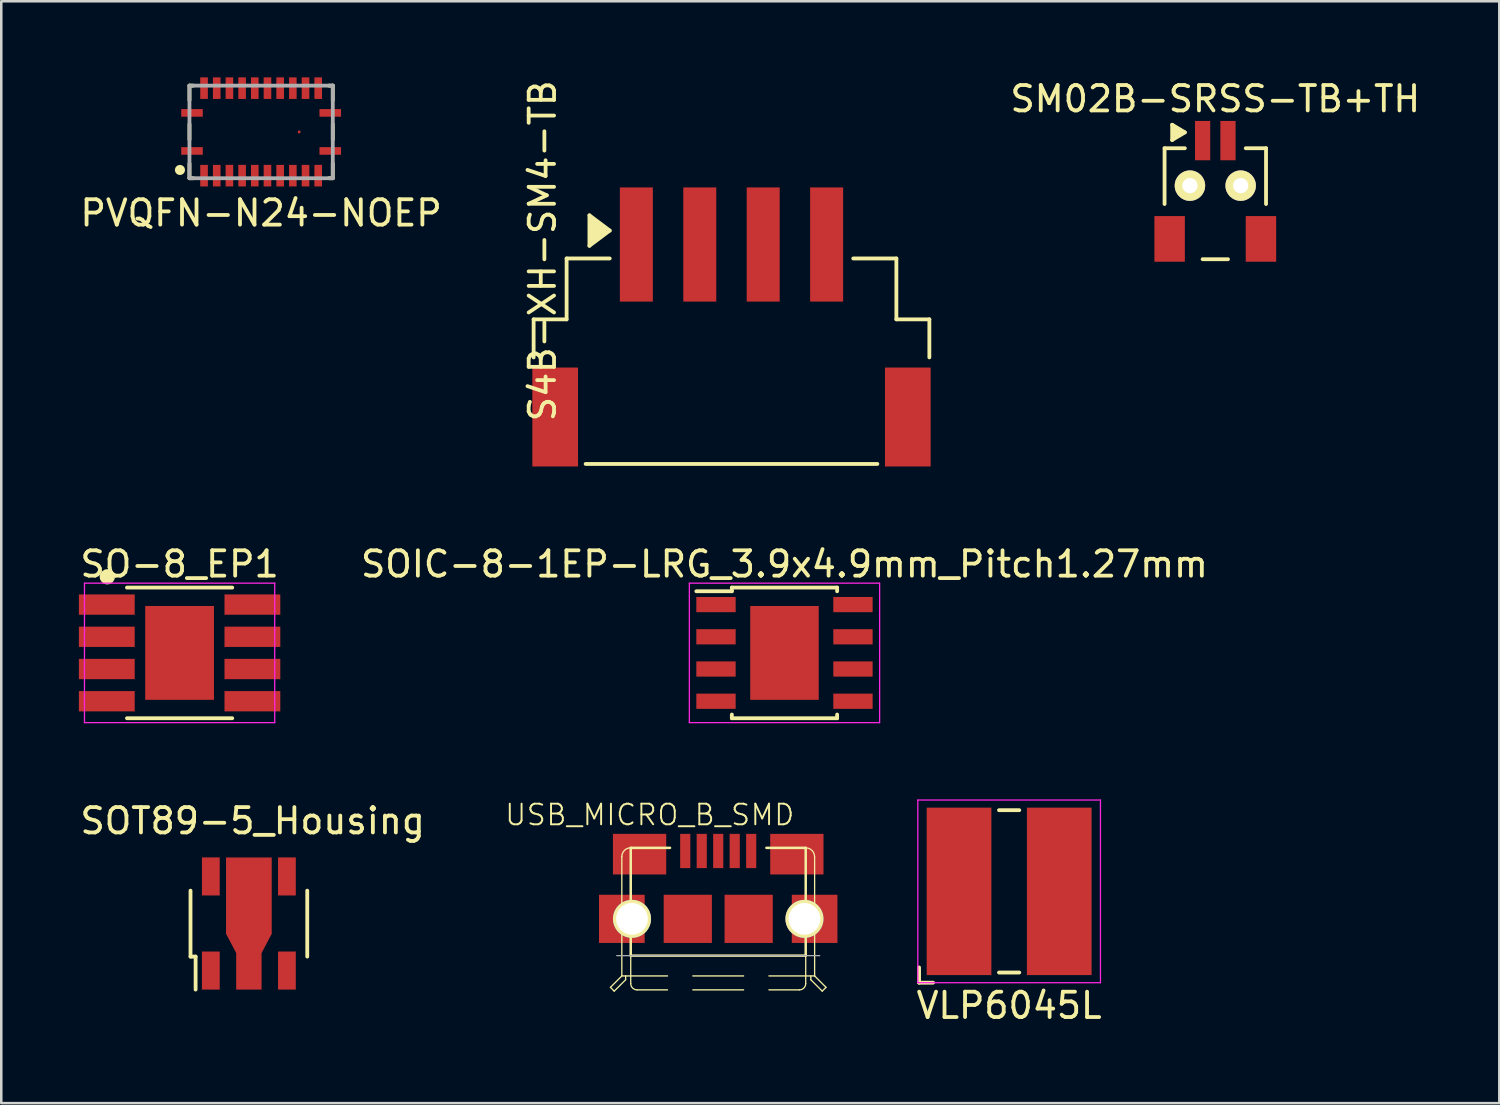
<source format=kicad_pcb>
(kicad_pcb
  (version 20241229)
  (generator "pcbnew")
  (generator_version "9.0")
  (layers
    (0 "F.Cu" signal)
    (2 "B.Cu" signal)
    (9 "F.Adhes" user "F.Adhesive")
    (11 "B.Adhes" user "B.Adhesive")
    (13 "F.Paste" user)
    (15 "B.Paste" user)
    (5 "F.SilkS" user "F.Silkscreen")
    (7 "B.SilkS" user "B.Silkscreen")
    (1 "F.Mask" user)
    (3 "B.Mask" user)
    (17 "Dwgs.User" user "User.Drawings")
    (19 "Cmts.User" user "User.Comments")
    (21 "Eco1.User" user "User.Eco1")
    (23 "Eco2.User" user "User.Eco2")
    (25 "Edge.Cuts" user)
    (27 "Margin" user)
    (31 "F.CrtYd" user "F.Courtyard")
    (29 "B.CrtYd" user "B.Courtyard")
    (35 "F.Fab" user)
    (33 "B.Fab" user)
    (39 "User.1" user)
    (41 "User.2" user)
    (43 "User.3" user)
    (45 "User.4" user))
  (footprint "S4B-XH-SM4-TB"
    (layer "F.Cu")
    (at 25.786 8.839)
    (property "Reference" "S4B-XH-SM4-TB" (at -7.45 -2 90) (layer "F.SilkS") (effects (font (size 1 1) (thickness 0.15))))
    (attr smd)
    (fp_line (start -7.8 0.7) (end -6.5 0.7) (stroke (width 0.15) (type solid)) (layer "F.SilkS"))
    (fp_line (start -7.8 2.2) (end -7.8 0.7) (stroke (width 0.15) (type solid)) (layer "F.SilkS"))
    (fp_line (start -6.5 -1.7) (end -4.8 -1.7) (stroke (width 0.15) (type solid)) (layer "F.SilkS"))
    (fp_line (start -6.5 0.7) (end -6.5 -1.7) (stroke (width 0.15) (type solid)) (layer "F.SilkS"))
    (fp_line (start -5.75 6.4) (end 5.75 6.4) (stroke (width 0.15) (type solid)) (layer "F.SilkS"))
    (fp_line (start -5.6 -3.4) (end -4.8 -2.8) (stroke (width 0.15) (type solid)) (layer "F.SilkS"))
    (fp_line (start -5.6 -2.2) (end -5.6 -3.4) (stroke (width 0.15) (type solid)) (layer "F.SilkS"))
    (fp_line (start -5.5 -3.2) (end -5.5 -2.4) (stroke (width 0.15) (type solid)) (layer "F.SilkS"))
    (fp_line (start -5.4 -3.2) (end -5.4 -2.4) (stroke (width 0.15) (type solid)) (layer "F.SilkS"))
    (fp_line (start -5.3 -3.1) (end -5.3 -2.5) (stroke (width 0.15) (type solid)) (layer "F.SilkS"))
    (fp_line (start -5.2 -3) (end -5.2 -2.6) (stroke (width 0.15) (type solid)) (layer "F.SilkS"))
    (fp_line (start -5.1 -2.9) (end -5.1 -2.7) (stroke (width 0.15) (type solid)) (layer "F.SilkS"))
    (fp_line (start -5 -2.9) (end -5 -2.7) (stroke (width 0.15) (type solid)) (layer "F.SilkS"))
    (fp_line (start -4.8 -2.8) (end -5.6 -2.2) (stroke (width 0.15) (type solid)) (layer "F.SilkS"))
    (fp_line (start 4.8 -1.7) (end 6.5 -1.7) (stroke (width 0.15) (type solid)) (layer "F.SilkS"))
    (fp_line (start 6.5 0.7) (end 6.5 -1.7) (stroke (width 0.15) (type solid)) (layer "F.SilkS"))
    (fp_line (start 6.5 0.7) (end 7.8 0.7) (stroke (width 0.15) (type solid)) (layer "F.SilkS"))
    (fp_line (start 7.8 2.2) (end 7.8 0.7) (stroke (width 0.15) (type solid)) (layer "F.SilkS"))
    (pad "" smd rect (at -6.95 4.55) (size 1.8 3.9) (layers "F.Cu" "F.Mask" "F.Paste"))
    (pad "" smd rect (at 6.95 4.55) (size 1.8 3.9) (layers "F.Cu" "F.Mask" "F.Paste"))
    (pad "1" smd rect (at -3.75 -2.25) (size 1.3 4.5) (layers "F.Cu" "F.Mask" "F.Paste"))
    (pad "2" smd rect (at -1.25 -2.25) (size 1.3 4.5) (layers "F.Cu" "F.Mask" "F.Paste"))
    (pad "3" smd rect (at 1.25 -2.25) (size 1.3 4.5) (layers "F.Cu" "F.Mask" "F.Paste"))
    (pad "4" smd rect (at 3.75 -2.25) (size 1.3 4.5) (layers "F.Cu" "F.Mask" "F.Paste")))
  (footprint "SM02B-SRSS-TB+TH"
    (layer "F.Cu")
    (at 44.858 3.268)
    (property "Reference" "SM02B-SRSS-TB+TH" (at 0 -2.42 180) (layer "F.SilkS") (effects (font (size 1 1) (thickness 0.15))))
    (attr smd)
    (fp_line (start -2 -0.475) (end -1.2 -0.475) (stroke (width 0.15) (type solid)) (layer "F.SilkS"))
    (fp_line (start -2 1.725) (end -2 -0.475) (stroke (width 0.15) (type solid)) (layer "F.SilkS"))
    (fp_line (start -1.7 -1.4) (end -1.7 -0.8) (stroke (width 0.15) (type solid)) (layer "F.SilkS"))
    (fp_line (start -1.7 -1.4) (end -1.2 -1.1) (stroke (width 0.15) (type solid)) (layer "F.SilkS"))
    (fp_line (start -1.6 -1.3) (end -1.6 -1) (stroke (width 0.15) (type solid)) (layer "F.SilkS"))
    (fp_line (start -1.5 -1.2) (end -1.5 -1) (stroke (width 0.15) (type solid)) (layer "F.SilkS"))
    (fp_line (start -1.4 -1.2) (end -1.4 -1) (stroke (width 0.15) (type solid)) (layer "F.SilkS"))
    (fp_line (start -1.2 -1.1) (end -1.7 -0.8) (stroke (width 0.15) (type solid)) (layer "F.SilkS"))
    (fp_line (start -0.5 3.9) (end 0.5 3.9) (stroke (width 0.15) (type solid)) (layer "F.SilkS"))
    (fp_line (start 1.2 -0.475) (end 2 -0.475) (stroke (width 0.15) (type solid)) (layer "F.SilkS"))
    (fp_line (start 2 1.725) (end 2 -0.475) (stroke (width 0.15) (type solid)) (layer "F.SilkS"))
    (pad "" smd rect (at -1.8 3.1) (size 1.2 1.8) (layers "F.Cu" "F.Mask" "F.Paste"))
    (pad "" smd rect (at 1.8 3.1) (size 1.2 1.8) (layers "F.Cu" "F.Mask" "F.Paste"))
    (pad "1" thru_hole circle (at -1 1) (size 1.2 1.2) (drill 0.6) (layers "*.Cu" "*.Mask" "F.SilkS"))
    (pad "1" smd rect (at -0.5 -0.775) (size 0.6 1.55) (layers "F.Cu" "F.Mask" "F.Paste"))
    (pad "2" smd rect (at 0.5 -0.775) (size 0.6 1.55) (layers "F.Cu" "F.Mask" "F.Paste"))
    (pad "2" thru_hole circle (at 1 1) (size 1.2 1.2) (drill 0.6) (layers "*.Cu" "*.Mask" "F.SilkS")))
  (footprint "USB_MICRO_B_SMD"
    (layer "F.Cu")
    (at 25.263 33.172)
    (property "Reference" "USB_MICRO_B_SMD" (at -2.7 -4.1 0) (layer "F.SilkS") (effects (font (size 0.813 0.813) (thickness 0.076))))
    (attr through_hole)
    (fp_line (start -4.249 2.7) (end -4.1 2.85) (stroke (width 0.051) (type solid)) (layer "F.SilkS"))
    (fp_line (start -4.1 2.85) (end -3.65 2.4) (stroke (width 0.051) (type solid)) (layer "F.SilkS"))
    (fp_line (start -3.8 -2.451) (end -3.8 2.25) (stroke (width 0.051) (type solid)) (layer "F.SilkS"))
    (fp_line (start -3.8 2.25) (end -4.249 2.7) (stroke (width 0.051) (type solid)) (layer "F.SilkS"))
    (fp_line (start -3.8 2.25) (end -1.999 2.25) (stroke (width 0.051) (type solid)) (layer "F.SilkS"))
    (fp_line (start -3.65 2.4) (end -3.65 2.25) (stroke (width 0.051) (type solid)) (layer "F.SilkS"))
    (fp_line (start -3.449 -2.799) (end -1.9 -2.799) (stroke (width 0.099) (type solid)) (layer "F.SilkS"))
    (fp_line (start -3.449 1.45) (end -3.449 -2.799) (stroke (width 0.099) (type solid)) (layer "F.SilkS"))
    (fp_line (start -3.449 1.45) (end -3.449 2.55) (stroke (width 0.051) (type solid)) (layer "F.SilkS"))
    (fp_line (start -3.449 1.45) (end 3.449 1.45) (stroke (width 0.099) (type solid)) (layer "F.SilkS"))
    (fp_line (start -3.2 2.799) (end -1.999 2.799) (stroke (width 0.051) (type solid)) (layer "F.SilkS"))
    (fp_line (start -1.001 2.25) (end 1.001 2.25) (stroke (width 0.051) (type solid)) (layer "F.SilkS"))
    (fp_line (start -1.001 2.799) (end 1.001 2.799) (stroke (width 0.051) (type solid)) (layer "F.SilkS"))
    (fp_line (start 1.999 2.25) (end 3.8 2.25) (stroke (width 0.051) (type solid)) (layer "F.SilkS"))
    (fp_line (start 1.999 2.799) (end 3.2 2.799) (stroke (width 0.051) (type solid)) (layer "F.SilkS"))
    (fp_line (start 3.449 -2.799) (end 1.9 -2.799) (stroke (width 0.099) (type solid)) (layer "F.SilkS"))
    (fp_line (start 3.449 1.45) (end 3.449 -2.799) (stroke (width 0.099) (type solid)) (layer "F.SilkS"))
    (fp_line (start 3.449 1.45) (end 3.449 2.55) (stroke (width 0.051) (type solid)) (layer "F.SilkS"))
    (fp_line (start 3.65 2.4) (end 3.65 2.25) (stroke (width 0.051) (type solid)) (layer "F.SilkS"))
    (fp_line (start 3.8 -2.451) (end 3.8 2.25) (stroke (width 0.051) (type solid)) (layer "F.SilkS"))
    (fp_line (start 3.8 2.25) (end 4.249 2.7) (stroke (width 0.051) (type solid)) (layer "F.SilkS"))
    (fp_line (start 4.1 2.85) (end 3.65 2.4) (stroke (width 0.051) (type solid)) (layer "F.SilkS"))
    (fp_line (start 4.1 2.85) (end 4.249 2.7) (stroke (width 0.051) (type solid)) (layer "F.SilkS"))
    (fp_arc (start -3.79984 -2.4511) (mid -3.697175 -2.698955) (end -3.44932 -2.80162) (stroke (width 0.0508) (type solid)) (layer "F.SilkS"))
    (fp_arc (start -3.2004 2.79908) (mid -3.376413 2.726173) (end -3.44932 2.55016) (stroke (width 0.0508) (type solid)) (layer "F.SilkS"))
    (fp_arc (start 3.44932 -2.79908) (mid 3.695379 -2.697159) (end 3.7973 -2.4511) (stroke (width 0.0508) (type solid)) (layer "F.SilkS"))
    (fp_arc (start 3.44932 2.55016) (mid 3.376413 2.726173) (end 3.2004 2.79908) (stroke (width 0.0508) (type solid)) (layer "F.SilkS"))
    (fp_line (start -4 1.45) (end 4 1.45) (stroke (width 0.05) (type solid)) (layer "F.Fab"))
    (pad "" thru_hole circle (at -3.4 0) (size 1.5 1.5) (drill 1.25) (layers "*.Cu" "*.Mask" "F.SilkS"))
    (pad "" smd rect (at -1.2 0) (size 1.9 1.9) (layers "F.Cu" "F.Mask" "F.Paste"))
    (pad "" smd rect (at 1.2 0) (size 1.9 1.9) (layers "F.Cu" "F.Mask" "F.Paste"))
    (pad "" thru_hole circle (at 3.4 0) (size 1.5 1.5) (drill 1.25) (layers "*.Cu" "*.Mask" "F.SilkS"))
    (pad "1" smd rect (at -1.3 -2.675) (size 0.4 1.35) (layers "F.Cu" "F.Mask" "F.Paste"))
    (pad "2" smd rect (at -0.65 -2.675) (size 0.4 1.35) (layers "F.Cu" "F.Mask" "F.Paste"))
    (pad "3" smd rect (at 0 -2.675) (size 0.4 1.35) (layers "F.Cu" "F.Mask" "F.Paste"))
    (pad "4" smd rect (at 0.65 -2.675) (size 0.4 1.35) (layers "F.Cu" "F.Mask" "F.Paste"))
    (pad "5" smd rect (at 1.3 -2.675) (size 0.4 1.35) (layers "F.Cu" "F.Mask" "F.Paste"))
    (pad "6" smd rect (at 3.1 -2.55) (size 2.1 1.6) (layers "F.Cu" "F.Mask" "F.Paste"))
    (pad "7" smd rect (at 3.8 0) (size 1.8 1.9) (layers "F.Cu" "F.Mask" "F.Paste"))
    (pad "8" smd rect (at -3.8 0) (size 1.8 1.9) (layers "F.Cu" "F.Mask" "F.Paste"))
    (pad "9" smd rect (at -3.1 -2.55) (size 2.1 1.6) (layers "F.Cu" "F.Mask" "F.Paste")))
  (footprint "PVQFN-N24-NOEP"
    (layer "F.Cu")
    (at 7.244 2.15)
    (property "Reference" "PVQFN-N24-NOEP" (at 0 3.2 0) (layer "F.SilkS") (effects (font (size 1 1) (thickness 0.15))))
    (attr smd)
    (fp_line (start -2.825 -1.25) (end -2.825 -1.825) (stroke (width 0.15) (type solid)) (layer "F.SilkS"))
    (fp_line (start -2.825 -0.3) (end -2.825 0.3) (stroke (width 0.15) (type solid)) (layer "F.SilkS"))
    (fp_line (start -2.825 1.25) (end -2.825 1.825) (stroke (width 0.15) (type solid)) (layer "F.SilkS"))
    (fp_line (start -2.825 1.825) (end -2.675 1.825) (stroke (width 0.15) (type solid)) (layer "F.SilkS"))
    (fp_line (start -2.675 -1.825) (end -2.825 -1.825) (stroke (width 0.15) (type solid)) (layer "F.SilkS"))
    (fp_line (start 2.675 1.825) (end 2.825 1.825) (stroke (width 0.15) (type solid)) (layer "F.SilkS"))
    (fp_line (start 2.825 -1.825) (end 2.675 -1.825) (stroke (width 0.15) (type solid)) (layer "F.SilkS"))
    (fp_line (start 2.825 -1.25) (end 2.825 -1.825) (stroke (width 0.15) (type solid)) (layer "F.SilkS"))
    (fp_line (start 2.825 -0.3) (end 2.825 0.3) (stroke (width 0.15) (type solid)) (layer "F.SilkS"))
    (fp_line (start 2.825 1.25) (end 2.825 1.825) (stroke (width 0.15) (type solid)) (layer "F.SilkS"))
    (fp_circle (center -3.2 1.5) (end -3.3 1.5) (stroke (width 0.2) (type solid)) (fill no) (layer "F.SilkS"))
    (fp_line (start -2.825 -1.825) (end -2.825 1.825) (stroke (width 0.15) (type solid)) (layer "F.Fab"))
    (fp_line (start -2.825 -1.825) (end 2.825 -1.825) (stroke (width 0.15) (type solid)) (layer "F.Fab"))
    (fp_line (start -2.825 1.825) (end 2.825 1.825) (stroke (width 0.15) (type solid)) (layer "F.Fab"))
    (fp_line (start 2.825 -1.825) (end 2.825 1.825) (stroke (width 0.15) (type solid)) (layer "F.Fab"))
    (pad "1" smd rect (at -2.725 0.75 90) (size 0.3 0.85) (layers "F.Cu" "F.Mask" "F.Paste"))
    (pad "2" smd rect (at -2.25 1.725 180) (size 0.3 0.85) (layers "F.Cu" "F.Mask" "F.Paste"))
    (pad "3" smd rect (at -1.75 1.725 180) (size 0.3 0.85) (layers "F.Cu" "F.Mask" "F.Paste"))
    (pad "4" smd rect (at -1.25 1.725 180) (size 0.3 0.85) (layers "F.Cu" "F.Mask" "F.Paste"))
    (pad "5" smd rect (at -0.75 1.725 180) (size 0.3 0.85) (layers "F.Cu" "F.Mask" "F.Paste"))
    (pad "6" smd rect (at -0.25 1.725 180) (size 0.3 0.85) (layers "F.Cu" "F.Mask" "F.Paste"))
    (pad "7" smd rect (at 0.25 1.725 180) (size 0.3 0.85) (layers "F.Cu" "F.Mask" "F.Paste"))
    (pad "8" smd rect (at 0.75 1.725 180) (size 0.3 0.85) (layers "F.Cu" "F.Mask" "F.Paste"))
    (pad "9" smd rect (at 1.25 1.725 180) (size 0.3 0.85) (layers "F.Cu" "F.Mask" "F.Paste"))
    (pad "10" smd rect (at 1.75 1.725 180) (size 0.3 0.85) (layers "F.Cu" "F.Mask" "F.Paste"))
    (pad "11" smd rect (at 2.25 1.725 180) (size 0.3 0.85) (layers "F.Cu" "F.Mask" "F.Paste"))
    (pad "12" smd rect (at 2.725 0.75 90) (size 0.3 0.85) (layers "F.Cu" "F.Mask" "F.Paste"))
    (pad "13" smd rect (at 2.725 -0.75 90) (size 0.3 0.85) (layers "F.Cu" "F.Mask" "F.Paste"))
    (pad "14" smd rect (at 2.25 -1.725 180) (size 0.3 0.85) (layers "F.Cu" "F.Mask" "F.Paste"))
    (pad "15" smd rect (at 1.75 -1.725 180) (size 0.3 0.85) (layers "F.Cu" "F.Mask" "F.Paste"))
    (pad "16" smd rect (at 1.25 -1.725 180) (size 0.3 0.85) (layers "F.Cu" "F.Mask" "F.Paste"))
    (pad "17" smd rect (at 0.75 -1.725 180) (size 0.3 0.85) (layers "F.Cu" "F.Mask" "F.Paste"))
    (pad "18" smd rect (at 0.25 -1.725 180) (size 0.3 0.85) (layers "F.Cu" "F.Mask" "F.Paste"))
    (pad "19" smd rect (at -0.25 -1.725 180) (size 0.3 0.85) (layers "F.Cu" "F.Mask" "F.Paste"))
    (pad "20" smd rect (at -0.75 -1.725 180) (size 0.3 0.85) (layers "F.Cu" "F.Mask" "F.Paste"))
    (pad "21" smd rect (at -1.25 -1.725 180) (size 0.3 0.85) (layers "F.Cu" "F.Mask" "F.Paste"))
    (pad "22" smd rect (at -1.75 -1.725 180) (size 0.3 0.85) (layers "F.Cu" "F.Mask" "F.Paste"))
    (pad "23" smd rect (at -2.25 -1.725 180) (size 0.3 0.85) (layers "F.Cu" "F.Mask" "F.Paste"))
    (pad "24" smd rect (at -2.725 -0.75 90) (size 0.3 0.85) (layers "F.Cu" "F.Mask" "F.Paste"))
    (pad "EP" smd rect (at 1.5 0) (size 0.1 0.1) (layers "F.Cu" "F.Mask")))
  (footprint "VLP6045L"
    (layer "F.Cu")
    (at 36.731 32.088)
    (property "Reference" "VLP6045L" (at 0 4.5 0) (layer "F.SilkS") (effects (font (size 1 1) (thickness 0.15))))
    (attr smd)
    (fp_line (start -3.55 3.6) (end -3.55 3) (stroke (width 0.15) (type solid)) (layer "F.SilkS"))
    (fp_line (start -3.55 3.6) (end -3 3.6) (stroke (width 0.15) (type solid)) (layer "F.SilkS"))
    (fp_line (start -0.4 -3.2) (end 0.4 -3.2) (stroke (width 0.15) (type solid)) (layer "F.SilkS"))
    (fp_line (start 0.4 3.2) (end -0.4 3.2) (stroke (width 0.15) (type solid)) (layer "F.SilkS"))
    (fp_line (start -3.6 -3.6) (end 3.6 -3.6) (stroke (width 0.05) (type solid)) (layer "F.CrtYd"))
    (fp_line (start -3.6 3.6) (end -3.6 -3.6) (stroke (width 0.05) (type solid)) (layer "F.CrtYd"))
    (fp_line (start 3.6 -3.6) (end 3.6 3.6) (stroke (width 0.05) (type solid)) (layer "F.CrtYd"))
    (fp_line (start 3.6 3.6) (end -3.6 3.6) (stroke (width 0.05) (type solid)) (layer "F.CrtYd"))
    (pad "1" smd rect (at -1.975 0) (size 2.55 6.6) (layers "F.Cu" "F.Mask" "F.Paste"))
    (pad "2" smd rect (at 1.975 0) (size 2.55 6.6) (layers "F.Cu" "F.Mask" "F.Paste")))
  (footprint "SOT89-5_Housing"
    (layer "F.Cu")
    (at 6.761 33.36)
    (property "Reference" "SOT89-5_Housing" (at 0.15 -4.049 0) (layer "F.SilkS") (effects (font (size 1 1) (thickness 0.15))))
    (attr smd)
    (fp_line (start -2.301 1.3) (end -2.301 -1.3) (stroke (width 0.15) (type solid)) (layer "F.SilkS"))
    (fp_line (start -2.3 1.3) (end -2.1 1.3) (stroke (width 0.15) (type solid)) (layer "F.SilkS"))
    (fp_line (start -2.1 1.3) (end -2.1 2.6) (stroke (width 0.15) (type solid)) (layer "F.SilkS"))
    (fp_line (start 2.301 -1.3) (end 2.301 1.3) (stroke (width 0.15) (type solid)) (layer "F.SilkS"))
    (pad "1" smd rect (at -1.5 1.85) (size 0.701 1.5) (layers "F.Cu" "F.Mask" "F.Paste"))
    (pad "2" smd rect (at 0 -1.095) (size 1.8 3.025) (layers "F.Cu" "F.Mask" "F.Paste"))
    (pad "2" smd trapezoid (at 0 0.78 180) (size 1.4 0.76) (rect_delta 0 0.4) (layers "F.Cu" "F.Mask" "F.Paste"))
    (pad "2" smd rect (at 0 1.85) (size 1 1.5) (layers "F.Cu" "F.Mask" "F.Paste"))
    (pad "3" smd rect (at 1.5 1.85) (size 0.7 1.5) (layers "F.Cu" "F.Mask" "F.Paste"))
    (pad "4" smd rect (at 1.5 -1.86) (size 0.7 1.5) (layers "F.Cu" "F.Mask" "F.Paste"))
    (pad "5" smd rect (at -1.5 -1.86) (size 0.7 1.5) (layers "F.Cu" "F.Mask" "F.Paste")))
  (footprint "SO-8_EP1"
    (layer "F.Cu")
    (at 4.03 22.688)
    (property "Reference" "SO-8_EP1" (at 0 -3.5 0) (layer "F.SilkS") (effects (font (size 1 1) (thickness 0.15))))
    (attr smd)
    (fp_line (start -2.075 -2.575) (end 2.075 -2.575) (stroke (width 0.15) (type solid)) (layer "F.SilkS"))
    (fp_line (start -2.075 2.575) (end 2.075 2.575) (stroke (width 0.15) (type solid)) (layer "F.SilkS"))
    (fp_circle (center -2.85 -3) (end -3 -3) (stroke (width 0.3) (type solid)) (fill no) (layer "F.SilkS"))
    (fp_line (start -3.75 -2.75) (end -3.75 2.75) (stroke (width 0.05) (type solid)) (layer "F.CrtYd"))
    (fp_line (start -3.75 -2.75) (end 3.75 -2.75) (stroke (width 0.05) (type solid)) (layer "F.CrtYd"))
    (fp_line (start -3.75 2.75) (end 3.75 2.75) (stroke (width 0.05) (type solid)) (layer "F.CrtYd"))
    (fp_line (start 3.75 -2.75) (end 3.75 2.75) (stroke (width 0.05) (type solid)) (layer "F.CrtYd"))
    (pad "1" smd rect (at -2.87 -1.905) (size 2.2 0.8) (layers "F.Cu" "F.Mask" "F.Paste"))
    (pad "2" smd rect (at -2.87 -0.635) (size 2.2 0.8) (layers "F.Cu" "F.Mask" "F.Paste"))
    (pad "3" smd rect (at -2.87 0.635) (size 2.2 0.8) (layers "F.Cu" "F.Mask" "F.Paste"))
    (pad "4" smd rect (at -2.87 1.905) (size 2.2 0.8) (layers "F.Cu" "F.Mask" "F.Paste"))
    (pad "5" smd rect (at 2.87 1.905) (size 2.2 0.8) (layers "F.Cu" "F.Mask" "F.Paste"))
    (pad "6" smd rect (at 2.87 0.635) (size 2.2 0.8) (layers "F.Cu" "F.Mask" "F.Paste"))
    (pad "7" smd rect (at 2.87 -0.635) (size 2.2 0.8) (layers "F.Cu" "F.Mask" "F.Paste"))
    (pad "8" smd rect (at 2.87 -1.905) (size 2.2 0.8) (layers "F.Cu" "F.Mask" "F.Paste"))
    (pad "EP" smd rect (at 0 0) (size 2.71 3.7) (layers "F.Cu" "F.Mask" "F.Paste")))
  (footprint "SOIC-8-1EP-LRG_3.9x4.9mm_Pitch1.27mm"
    (layer "F.Cu")
    (at 27.875 22.688)
    (property "Reference" "SOIC-8-1EP-LRG_3.9x4.9mm_Pitch1.27mm" (at 0 -3.5 0) (layer "F.SilkS") (effects (font (size 1 1) (thickness 0.15))))
    (attr smd)
    (fp_line (start -2.075 -2.575) (end -2.075 -2.43) (stroke (width 0.15) (type solid)) (layer "F.SilkS"))
    (fp_line (start -2.075 -2.575) (end 2.075 -2.575) (stroke (width 0.15) (type solid)) (layer "F.SilkS"))
    (fp_line (start -2.075 -2.43) (end -3.475 -2.43) (stroke (width 0.15) (type solid)) (layer "F.SilkS"))
    (fp_line (start -2.075 2.575) (end -2.075 2.43) (stroke (width 0.15) (type solid)) (layer "F.SilkS"))
    (fp_line (start -2.075 2.575) (end 2.075 2.575) (stroke (width 0.15) (type solid)) (layer "F.SilkS"))
    (fp_line (start 2.075 -2.575) (end 2.075 -2.43) (stroke (width 0.15) (type solid)) (layer "F.SilkS"))
    (fp_line (start 2.075 2.575) (end 2.075 2.43) (stroke (width 0.15) (type solid)) (layer "F.SilkS"))
    (fp_line (start -3.75 -2.75) (end -3.75 2.75) (stroke (width 0.05) (type solid)) (layer "F.CrtYd"))
    (fp_line (start -3.75 -2.75) (end 3.75 -2.75) (stroke (width 0.05) (type solid)) (layer "F.CrtYd"))
    (fp_line (start -3.75 2.75) (end 3.75 2.75) (stroke (width 0.05) (type solid)) (layer "F.CrtYd"))
    (fp_line (start 3.75 -2.75) (end 3.75 2.75) (stroke (width 0.05) (type solid)) (layer "F.CrtYd"))
    (pad "1" smd rect (at -2.7 -1.905) (size 1.55 0.6) (layers "F.Cu" "F.Mask" "F.Paste"))
    (pad "2" smd rect (at -2.7 -0.635) (size 1.55 0.6) (layers "F.Cu" "F.Mask" "F.Paste"))
    (pad "3" smd rect (at -2.7 0.635) (size 1.55 0.6) (layers "F.Cu" "F.Mask" "F.Paste"))
    (pad "4" smd rect (at -2.7 1.905) (size 1.55 0.6) (layers "F.Cu" "F.Mask" "F.Paste"))
    (pad "5" smd rect (at 2.7 1.905) (size 1.55 0.6) (layers "F.Cu" "F.Mask" "F.Paste"))
    (pad "6" smd rect (at 2.7 0.635) (size 1.55 0.6) (layers "F.Cu" "F.Mask" "F.Paste"))
    (pad "7" smd rect (at 2.7 -0.635) (size 1.55 0.6) (layers "F.Cu" "F.Mask" "F.Paste"))
    (pad "8" smd rect (at 2.7 -1.905) (size 1.55 0.6) (layers "F.Cu" "F.Mask" "F.Paste"))
    (pad "9" smd rect (at 0 0) (size 2.7 3.7) (layers "F.Cu" "F.Mask" "F.Paste")))
  (gr_rect
    (start -3 -3)
    (end 56.054 40.436)
    (stroke (width 0.1) (type default))
    (fill no)
    (layer "Edge.Cuts")))
</source>
